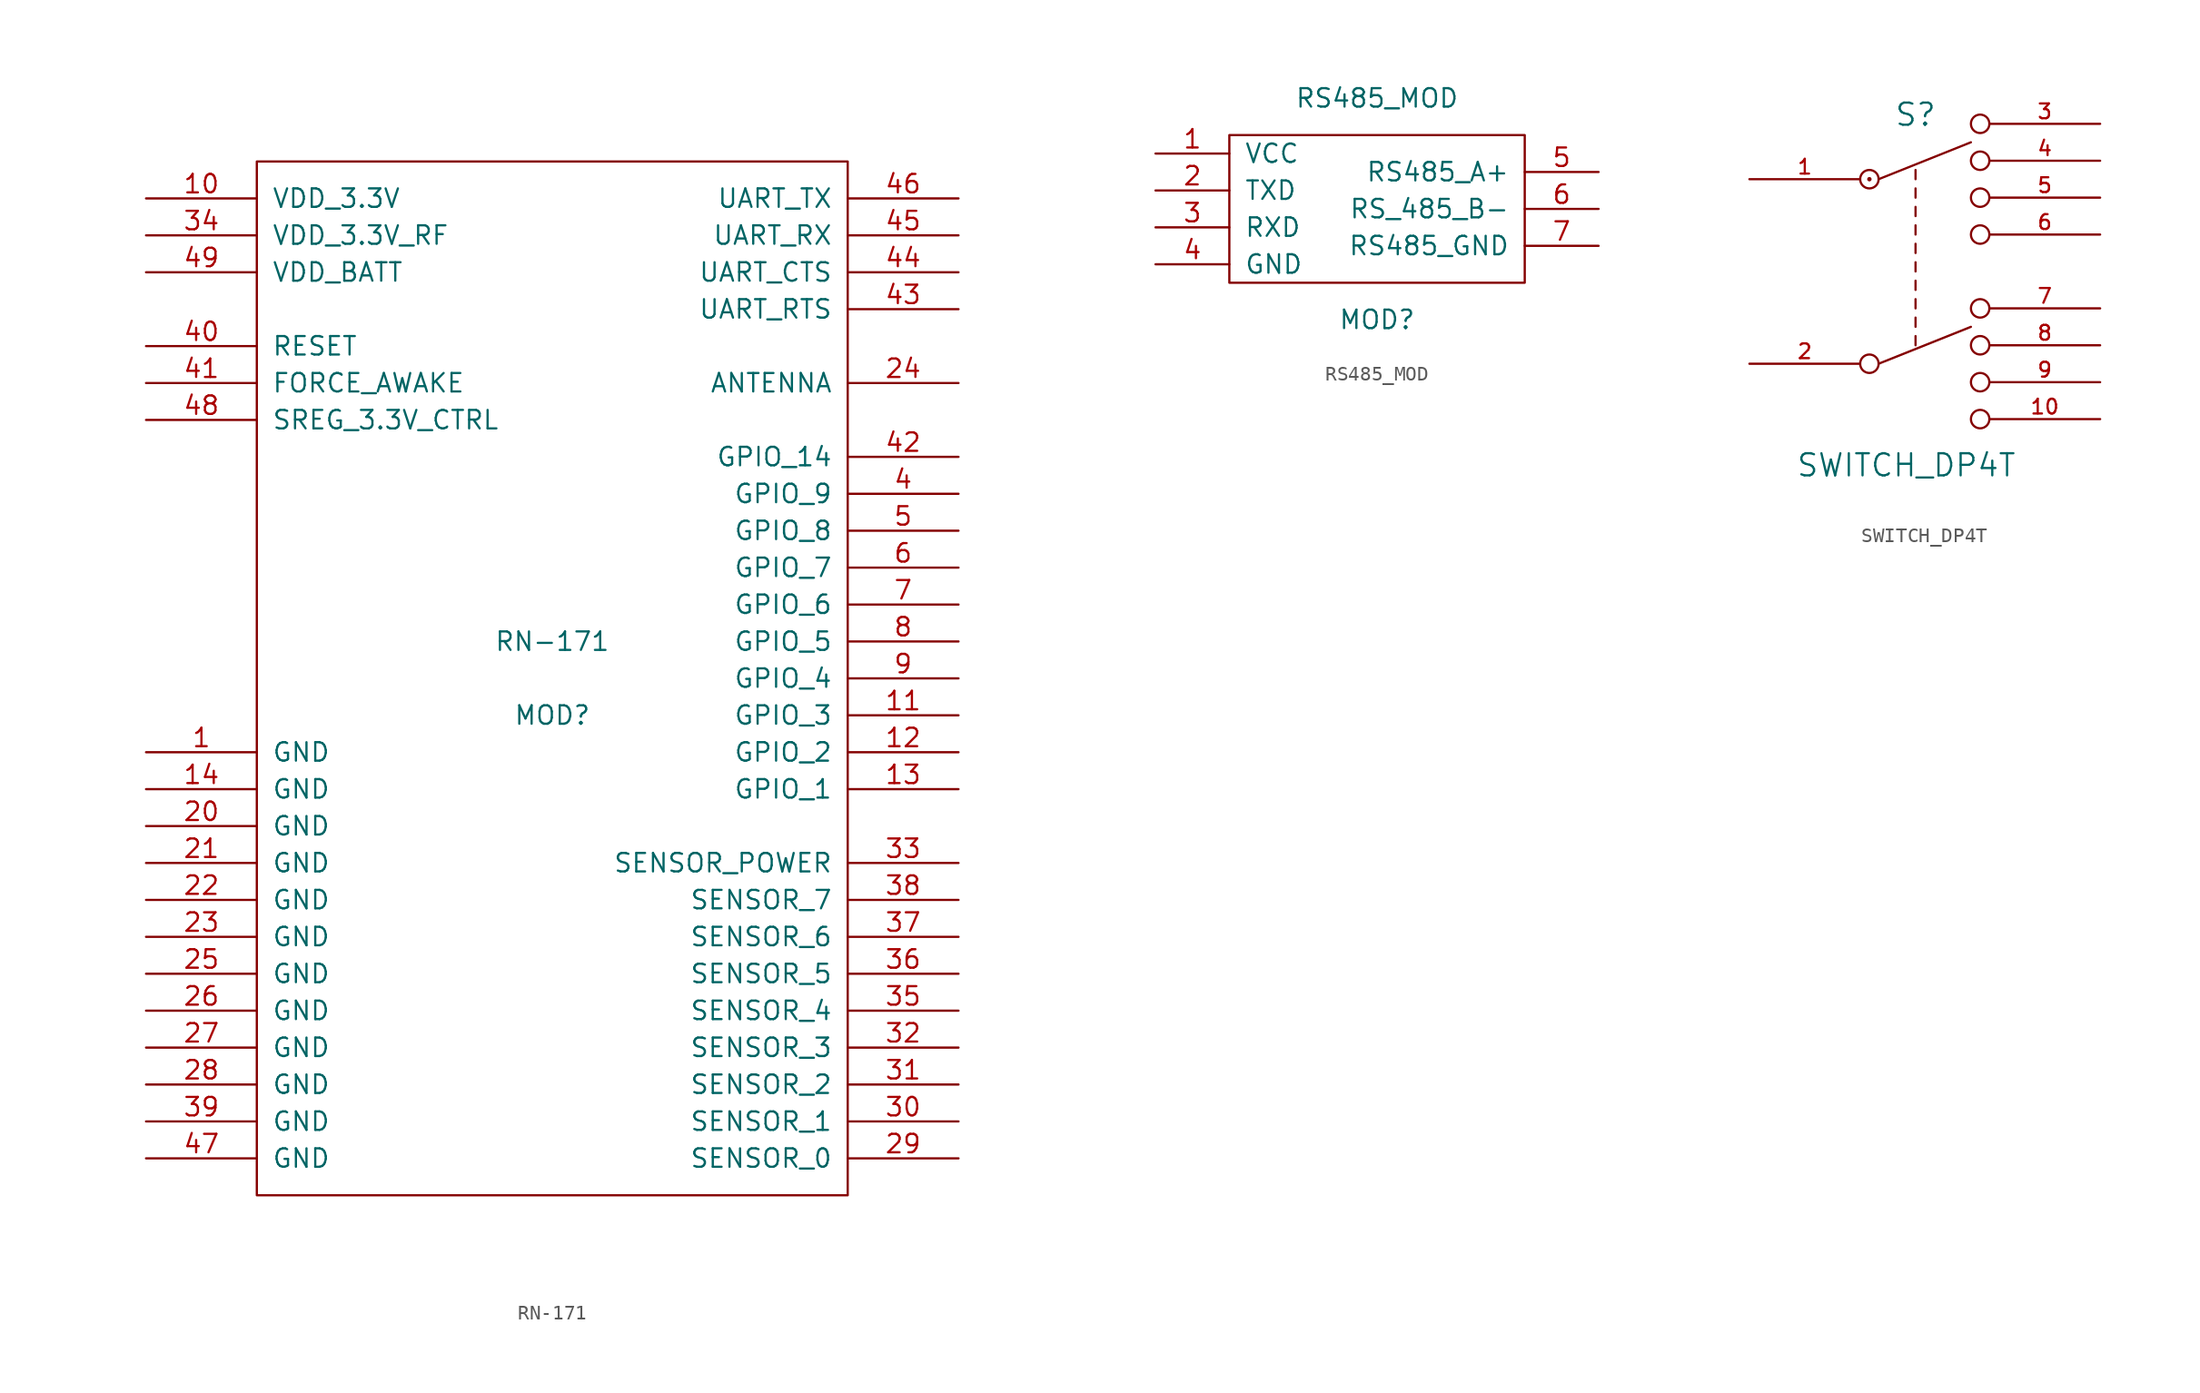
<source format=kicad_sym>
(kicad_symbol_lib
  (version 20211014)
  (generator kicad_symbol_editor)
  (symbol "RN-171"
    (pin_names
      (offset 1.016))
    (property "Reference" "MOD"
      (at 0 -2.54 0)
      (effects (font (size 1.27 1.27))))
    (property "Value" "RN-171"
      (at 0 2.54 0)
      (effects (font (size 1.27 1.27))))
    (property "Footprint" ""
      (at 0 0 0)
      (effects (font (size 1.524 1.524))))
    (property "Datasheet" ""
      (at 0 0 0)
      (effects (font (size 1.524 1.524))))
    (symbol "RN-171_1_0"
      (rectangle (start -20.32 -35.56) (end 20.32 35.56) (stroke (width 0) (type default) (color 0 0 0 0)) (fill (type none))))
    (symbol "RN-171_1_1"
      (pin power_in line (at -27.94 -5.08 0) (length 7.62) (name "GND" (effects (font (size 1.27 1.27)))) (number "1" (effects (font (size 1.27 1.27)))))
      (pin power_in line (at -27.94 33.02 0) (length 7.62) (name "VDD_3.3V" (effects (font (size 1.27 1.27)))) (number "10" (effects (font (size 1.27 1.27)))))
      (pin bidirectional line (at 27.94 -2.54 180) (length 7.62) (name "GPIO_3" (effects (font (size 1.27 1.27)))) (number "11" (effects (font (size 1.27 1.27)))))
      (pin bidirectional line (at 27.94 -5.08 180) (length 7.62) (name "GPIO_2" (effects (font (size 1.27 1.27)))) (number "12" (effects (font (size 1.27 1.27)))))
      (pin bidirectional line (at 27.94 -7.62 180) (length 7.62) (name "GPIO_1" (effects (font (size 1.27 1.27)))) (number "13" (effects (font (size 1.27 1.27)))))
      (pin power_in line (at -27.94 -7.62 0) (length 7.62) (name "GND" (effects (font (size 1.27 1.27)))) (number "14" (effects (font (size 1.27 1.27)))))
      (pin no_connect line (at -27.94 7.62 0) (length 7.62) hide (name "Unused" (effects (font (size 1.27 1.27)))) (number "15" (effects (font (size 1.27 1.27)))))
      (pin no_connect line (at -27.94 5.08 0) (length 7.62) hide (name "Unused" (effects (font (size 1.27 1.27)))) (number "16" (effects (font (size 1.27 1.27)))))
      (pin no_connect line (at -27.94 2.54 0) (length 7.62) hide (name "Unused" (effects (font (size 1.27 1.27)))) (number "17" (effects (font (size 1.27 1.27)))))
      (pin no_connect line (at -27.94 0 0) (length 7.62) hide (name "Unused" (effects (font (size 1.27 1.27)))) (number "18" (effects (font (size 1.27 1.27)))))
      (pin no_connect line (at -27.94 -2.54 0) (length 7.62) hide (name "Unused" (effects (font (size 1.27 1.27)))) (number "19" (effects (font (size 1.27 1.27)))))
      (pin no_connect line (at -27.94 12.7 0) (length 7.62) hide (name "Unused" (effects (font (size 1.27 1.27)))) (number "2" (effects (font (size 1.27 1.27)))))
      (pin power_in line (at -27.94 -10.16 0) (length 7.62) (name "GND" (effects (font (size 1.27 1.27)))) (number "20" (effects (font (size 1.27 1.27)))))
      (pin power_in line (at -27.94 -12.7 0) (length 7.62) (name "GND" (effects (font (size 1.27 1.27)))) (number "21" (effects (font (size 1.27 1.27)))))
      (pin power_in line (at -27.94 -15.24 0) (length 7.62) (name "GND" (effects (font (size 1.27 1.27)))) (number "22" (effects (font (size 1.27 1.27)))))
      (pin power_in line (at -27.94 -17.78 0) (length 7.62) (name "GND" (effects (font (size 1.27 1.27)))) (number "23" (effects (font (size 1.27 1.27)))))
      (pin bidirectional line (at 27.94 20.32 180) (length 7.62) (name "ANTENNA" (effects (font (size 1.27 1.27)))) (number "24" (effects (font (size 1.27 1.27)))))
      (pin power_in line (at -27.94 -20.32 0) (length 7.62) (name "GND" (effects (font (size 1.27 1.27)))) (number "25" (effects (font (size 1.27 1.27)))))
      (pin power_in line (at -27.94 -22.86 0) (length 7.62) (name "GND" (effects (font (size 1.27 1.27)))) (number "26" (effects (font (size 1.27 1.27)))))
      (pin power_in line (at -27.94 -25.4 0) (length 7.62) (name "GND" (effects (font (size 1.27 1.27)))) (number "27" (effects (font (size 1.27 1.27)))))
      (pin power_in line (at -27.94 -27.94 0) (length 7.62) (name "GND" (effects (font (size 1.27 1.27)))) (number "28" (effects (font (size 1.27 1.27)))))
      (pin bidirectional line (at 27.94 -33.02 180) (length 7.62) (name "SENSOR_0" (effects (font (size 1.27 1.27)))) (number "29" (effects (font (size 1.27 1.27)))))
      (pin no_connect line (at -27.94 10.16 0) (length 7.62) hide (name "Unused" (effects (font (size 1.27 1.27)))) (number "3" (effects (font (size 1.27 1.27)))))
      (pin bidirectional line (at 27.94 -30.48 180) (length 7.62) (name "SENSOR_1" (effects (font (size 1.27 1.27)))) (number "30" (effects (font (size 1.27 1.27)))))
      (pin bidirectional line (at 27.94 -27.94 180) (length 7.62) (name "SENSOR_2" (effects (font (size 1.27 1.27)))) (number "31" (effects (font (size 1.27 1.27)))))
      (pin bidirectional line (at 27.94 -25.4 180) (length 7.62) (name "SENSOR_3" (effects (font (size 1.27 1.27)))) (number "32" (effects (font (size 1.27 1.27)))))
      (pin bidirectional line (at 27.94 -12.7 180) (length 7.62) (name "SENSOR_POWER" (effects (font (size 1.27 1.27)))) (number "33" (effects (font (size 1.27 1.27)))))
      (pin power_in line (at -27.94 30.48 0) (length 7.62) (name "VDD_3.3V_RF" (effects (font (size 1.27 1.27)))) (number "34" (effects (font (size 1.27 1.27)))))
      (pin bidirectional line (at 27.94 -22.86 180) (length 7.62) (name "SENSOR_4" (effects (font (size 1.27 1.27)))) (number "35" (effects (font (size 1.27 1.27)))))
      (pin bidirectional line (at 27.94 -20.32 180) (length 7.62) (name "SENSOR_5" (effects (font (size 1.27 1.27)))) (number "36" (effects (font (size 1.27 1.27)))))
      (pin bidirectional line (at 27.94 -17.78 180) (length 7.62) (name "SENSOR_6" (effects (font (size 1.27 1.27)))) (number "37" (effects (font (size 1.27 1.27)))))
      (pin bidirectional line (at 27.94 -15.24 180) (length 7.62) (name "SENSOR_7" (effects (font (size 1.27 1.27)))) (number "38" (effects (font (size 1.27 1.27)))))
      (pin power_in line (at -27.94 -30.48 0) (length 7.62) (name "GND" (effects (font (size 1.27 1.27)))) (number "39" (effects (font (size 1.27 1.27)))))
      (pin bidirectional line (at 27.94 12.7 180) (length 7.62) (name "GPIO_9" (effects (font (size 1.27 1.27)))) (number "4" (effects (font (size 1.27 1.27)))))
      (pin bidirectional line (at -27.94 22.86 0) (length 7.62) (name "RESET" (effects (font (size 1.27 1.27)))) (number "40" (effects (font (size 1.27 1.27)))))
      (pin bidirectional line (at -27.94 20.32 0) (length 7.62) (name "FORCE_AWAKE" (effects (font (size 1.27 1.27)))) (number "41" (effects (font (size 1.27 1.27)))))
      (pin bidirectional line (at 27.94 15.24 180) (length 7.62) (name "GPIO_14" (effects (font (size 1.27 1.27)))) (number "42" (effects (font (size 1.27 1.27)))))
      (pin bidirectional line (at 27.94 25.4 180) (length 7.62) (name "UART_RTS" (effects (font (size 1.27 1.27)))) (number "43" (effects (font (size 1.27 1.27)))))
      (pin bidirectional line (at 27.94 27.94 180) (length 7.62) (name "UART_CTS" (effects (font (size 1.27 1.27)))) (number "44" (effects (font (size 1.27 1.27)))))
      (pin bidirectional line (at 27.94 30.48 180) (length 7.62) (name "UART_RX" (effects (font (size 1.27 1.27)))) (number "45" (effects (font (size 1.27 1.27)))))
      (pin bidirectional line (at 27.94 33.02 180) (length 7.62) (name "UART_TX" (effects (font (size 1.27 1.27)))) (number "46" (effects (font (size 1.27 1.27)))))
      (pin power_in line (at -27.94 -33.02 0) (length 7.62) (name "GND" (effects (font (size 1.27 1.27)))) (number "47" (effects (font (size 1.27 1.27)))))
      (pin bidirectional line (at -27.94 17.78 0) (length 7.62) (name "SREG_3.3V_CTRL" (effects (font (size 1.27 1.27)))) (number "48" (effects (font (size 1.27 1.27)))))
      (pin power_in line (at -27.94 27.94 0) (length 7.62) (name "VDD_BATT" (effects (font (size 1.27 1.27)))) (number "49" (effects (font (size 1.27 1.27)))))
      (pin bidirectional line (at 27.94 10.16 180) (length 7.62) (name "GPIO_8" (effects (font (size 1.27 1.27)))) (number "5" (effects (font (size 1.27 1.27)))))
      (pin bidirectional line (at 27.94 7.62 180) (length 7.62) (name "GPIO_7" (effects (font (size 1.27 1.27)))) (number "6" (effects (font (size 1.27 1.27)))))
      (pin bidirectional line (at 27.94 5.08 180) (length 7.62) (name "GPIO_6" (effects (font (size 1.27 1.27)))) (number "7" (effects (font (size 1.27 1.27)))))
      (pin bidirectional line (at 27.94 2.54 180) (length 7.62) (name "GPIO_5" (effects (font (size 1.27 1.27)))) (number "8" (effects (font (size 1.27 1.27)))))
      (pin bidirectional line (at 27.94 0 180) (length 7.62) (name "GPIO_4" (effects (font (size 1.27 1.27)))) (number "9" (effects (font (size 1.27 1.27)))))))
  (symbol "RS485_MOD"
    (pin_names
      (offset 1.016))
    (property "Reference" "MOD"
      (at 0 -7.62 0)
      (effects (font (size 1.27 1.27))))
    (property "Value" "RS485_MOD"
      (at 0 7.62 0)
      (effects (font (size 1.27 1.27))))
    (symbol "RS485_MOD_0_1"
      (rectangle (start -10.16 5.08) (end 10.16 -5.08) (stroke (width 0) (type default) (color 0 0 0 0)) (fill (type none))))
    (symbol "RS485_MOD_1_1"
      (pin power_in line (at -15.24 3.81 0) (length 5.08) (name "VCC" (effects (font (size 1.27 1.27)))) (number "1" (effects (font (size 1.27 1.27)))))
      (pin input line (at -15.24 1.27 0) (length 5.08) (name "TXD" (effects (font (size 1.27 1.27)))) (number "2" (effects (font (size 1.27 1.27)))))
      (pin output line (at -15.24 -1.27 0) (length 5.08) (name "RXD" (effects (font (size 1.27 1.27)))) (number "3" (effects (font (size 1.27 1.27)))))
      (pin power_in line (at -15.24 -3.81 0) (length 5.08) (name "GND" (effects (font (size 1.27 1.27)))) (number "4" (effects (font (size 1.27 1.27)))))
      (pin output line (at 15.24 2.54 180) (length 5.08) (name "RS485_A+" (effects (font (size 1.27 1.27)))) (number "5" (effects (font (size 1.27 1.27)))))
      (pin output line (at 15.24 0 180) (length 5.08) (name "RS_485_B-" (effects (font (size 1.27 1.27)))) (number "6" (effects (font (size 1.27 1.27)))))
      (pin power_in line (at 15.24 -2.54 180) (length 5.08) (name "RS485_GND" (effects (font (size 1.27 1.27)))) (number "7" (effects (font (size 1.27 1.27)))))))
  (symbol "SWITCH_DP4T"
    (pin_names
      (offset 1.016))
    (property "Reference" "S"
      (at 0 10.795 0)
      (effects (font (size 1.524 1.524))))
    (property "Value" "SWITCH_DP4T"
      (at -0.635 -13.335 0)
      (effects (font (size 1.524 1.524))))
    (property "Footprint" ""
      (at 0 0 0)
      (effects (font (size 1.524 1.524))))
    (property "Datasheet" ""
      (at 0 0 0)
      (effects (font (size 1.524 1.524))))
    (symbol "SWITCH_DP4T_0_1"
      (circle (center -3.175 -6.35) (radius 0.635) (stroke (width 0) (type default) (color 0 0 0 0)) (fill (type none)))
      (circle (center -3.175 6.35) (radius 0.0001) (stroke (width 0) (type default) (color 0 0 0 0)) (fill (type none)))
      (circle (center -3.175 6.35) (radius 0.635) (stroke (width 0) (type default) (color 0 0 0 0)) (fill (type none)))
      (polyline (pts (xy -2.54 -6.35) (xy 3.81 -3.81)) (stroke (width 0) (type default) (color 0 0 0 0)) (fill (type none)))
      (polyline (pts (xy -2.54 6.35) (xy 3.81 8.89)) (stroke (width 0) (type default) (color 0 0 0 0)) (fill (type none)))
      (polyline (pts (xy 0 -5.08) (xy 0 -4.445)) (stroke (width 0) (type default) (color 0 0 0 0)) (fill (type none)))
      (polyline (pts (xy 0 -3.81) (xy 0 -3.175)) (stroke (width 0) (type default) (color 0 0 0 0)) (fill (type none)))
      (polyline (pts (xy 0 -2.54) (xy 0 -1.905)) (stroke (width 0) (type default) (color 0 0 0 0)) (fill (type none)))
      (polyline (pts (xy 0 -1.27) (xy 0 -0.635)) (stroke (width 0) (type default) (color 0 0 0 0)) (fill (type none)))
      (polyline (pts (xy 0 0) (xy 0 0.635)) (stroke (width 0) (type default) (color 0 0 0 0)) (fill (type none)))
      (polyline (pts (xy 0 1.27) (xy 0 1.905)) (stroke (width 0) (type default) (color 0 0 0 0)) (fill (type none)))
      (polyline (pts (xy 0 2.54) (xy 0 3.175)) (stroke (width 0) (type default) (color 0 0 0 0)) (fill (type none)))
      (polyline (pts (xy 0 3.81) (xy 0 4.445)) (stroke (width 0) (type default) (color 0 0 0 0)) (fill (type none)))
      (polyline (pts (xy 0 5.08) (xy 0 5.715)) (stroke (width 0) (type default) (color 0 0 0 0)) (fill (type none)))
      (polyline (pts (xy 0 6.35) (xy 0 6.985)) (stroke (width 0) (type default) (color 0 0 0 0)) (fill (type none)))
      (circle (center 4.445 -10.16) (radius 0.635) (stroke (width 0) (type default) (color 0 0 0 0)) (fill (type none)))
      (circle (center 4.445 -7.62) (radius 0.635) (stroke (width 0) (type default) (color 0 0 0 0)) (fill (type none)))
      (circle (center 4.445 -5.08) (radius 0.635) (stroke (width 0) (type default) (color 0 0 0 0)) (fill (type none)))
      (circle (center 4.445 -2.54) (radius 0.635) (stroke (width 0) (type default) (color 0 0 0 0)) (fill (type none)))
      (circle (center 4.445 2.54) (radius 0.635) (stroke (width 0) (type default) (color 0 0 0 0)) (fill (type none)))
      (circle (center 4.445 5.08) (radius 0.635) (stroke (width 0) (type default) (color 0 0 0 0)) (fill (type none)))
      (circle (center 4.445 7.62) (radius 0.635) (stroke (width 0) (type default) (color 0 0 0 0)) (fill (type none)))
      (circle (center 4.445 10.16) (radius 0.635) (stroke (width 0) (type default) (color 0 0 0 0)) (fill (type none))))
    (symbol "SWITCH_DP4T_1_1"
      (pin passive line (at -11.43 6.35 0) (length 7.62) (name "~" (effects (font (size 1.016 1.016)))) (number "1" (effects (font (size 1.016 1.016)))))
      (pin passive line (at 12.7 -10.16 180) (length 7.62) (name "~" (effects (font (size 1.016 1.016)))) (number "10" (effects (font (size 1.016 1.016)))))
      (pin passive line (at -11.43 -6.35 0) (length 7.62) (name "~" (effects (font (size 1.016 1.016)))) (number "2" (effects (font (size 1.016 1.016)))))
      (pin passive line (at 12.7 10.16 180) (length 7.62) (name "~" (effects (font (size 1.016 1.016)))) (number "3" (effects (font (size 1.016 1.016)))))
      (pin passive line (at 12.7 7.62 180) (length 7.62) (name "~" (effects (font (size 1.016 1.016)))) (number "4" (effects (font (size 1.016 1.016)))))
      (pin passive line (at 12.7 5.08 180) (length 7.62) (name "~" (effects (font (size 1.016 1.016)))) (number "5" (effects (font (size 1.016 1.016)))))
      (pin passive line (at 12.7 2.54 180) (length 7.62) (name "~" (effects (font (size 1.016 1.016)))) (number "6" (effects (font (size 1.016 1.016)))))
      (pin passive line (at 12.7 -2.54 180) (length 7.62) (name "~" (effects (font (size 1.016 1.016)))) (number "7" (effects (font (size 1.016 1.016)))))
      (pin passive line (at 12.7 -5.08 180) (length 7.62) (name "~" (effects (font (size 1.016 1.016)))) (number "8" (effects (font (size 1.016 1.016)))))
      (pin passive line (at 12.7 -7.62 180) (length 7.62) (name "~" (effects (font (size 1.016 1.016)))) (number "9" (effects (font (size 1.016 1.016))))))))
</source>
